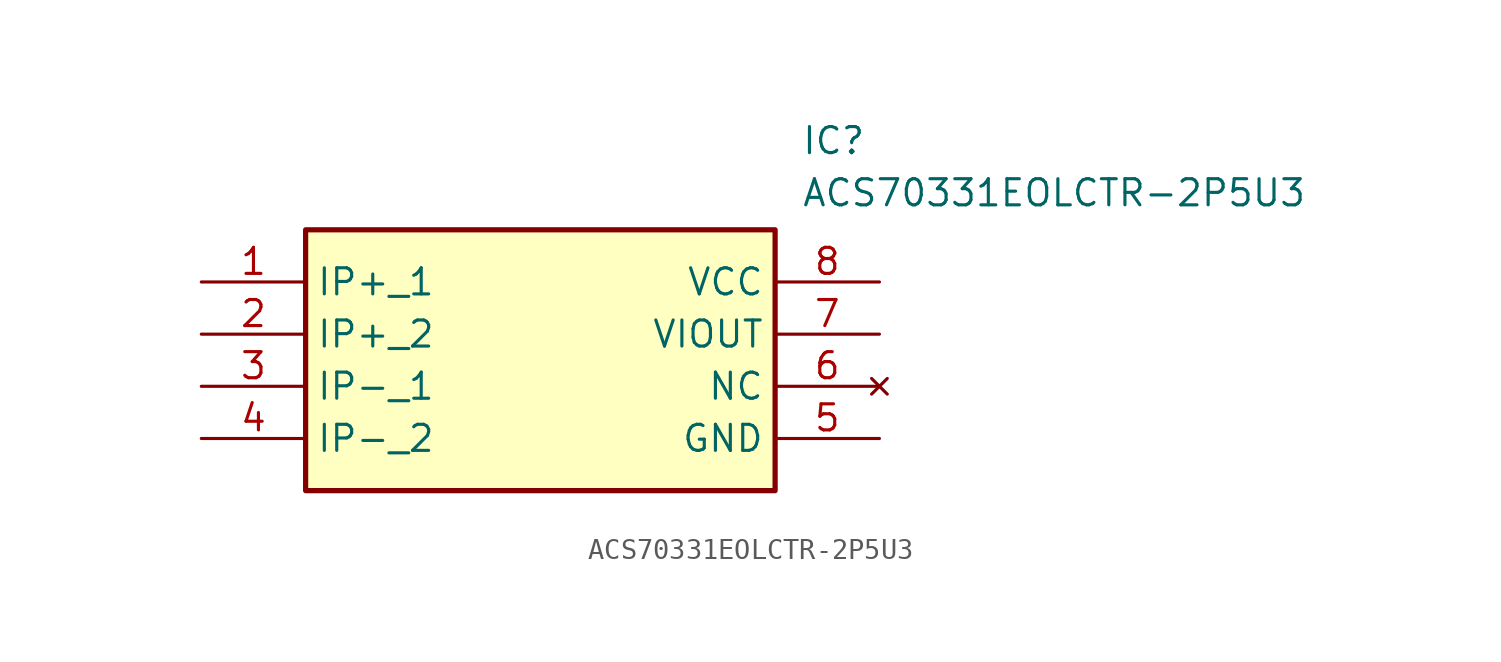
<source format=kicad_sym>
(kicad_symbol_lib
  (version 20211014)
  (generator SamacSys_ECAD_Model)
  (symbol "ACS70331EOLCTR-2P5U3"
    (property "Reference" "IC"
      (at 29.21 7.62 0)
      (effects (font (size 1.27 1.27)) (justify left top)))
    (property "Value" "ACS70331EOLCTR-2P5U3"
      (at 29.21 5.08 0)
      (effects (font (size 1.27 1.27)) (justify left top)))
    (rectangle
      (start 5.08 2.54)
      (end 27.94 -10.16)
      (stroke (width 0.254) (type default))
      (fill (type background)))
    (pin passive line
      (at 0 0 0)
      (length 5.08)
      (name "IP+_1" (effects (font (size 1.27 1.27))))
      (number "1" (effects (font (size 1.27 1.27)))))
    (pin passive line
      (at 0 -2.54 0)
      (length 5.08)
      (name "IP+_2" (effects (font (size 1.27 1.27))))
      (number "2" (effects (font (size 1.27 1.27)))))
    (pin passive line
      (at 0 -5.08 0)
      (length 5.08)
      (name "IP-_1" (effects (font (size 1.27 1.27))))
      (number "3" (effects (font (size 1.27 1.27)))))
    (pin passive line
      (at 0 -7.62 0)
      (length 5.08)
      (name "IP-_2" (effects (font (size 1.27 1.27))))
      (number "4" (effects (font (size 1.27 1.27)))))
    (pin passive line
      (at 33.02 0 180)
      (length 5.08)
      (name "VCC" (effects (font (size 1.27 1.27))))
      (number "8" (effects (font (size 1.27 1.27)))))
    (pin passive line
      (at 33.02 -2.54 180)
      (length 5.08)
      (name "VIOUT" (effects (font (size 1.27 1.27))))
      (number "7" (effects (font (size 1.27 1.27)))))
    (pin no_connect line
      (at 33.02 -5.08 180)
      (length 5.08)
      (name "NC" (effects (font (size 1.27 1.27))))
      (number "6" (effects (font (size 1.27 1.27)))))
    (pin passive line
      (at 33.02 -7.62 180)
      (length 5.08)
      (name "GND" (effects (font (size 1.27 1.27))))
      (number "5" (effects (font (size 1.27 1.27)))))))
</source>
